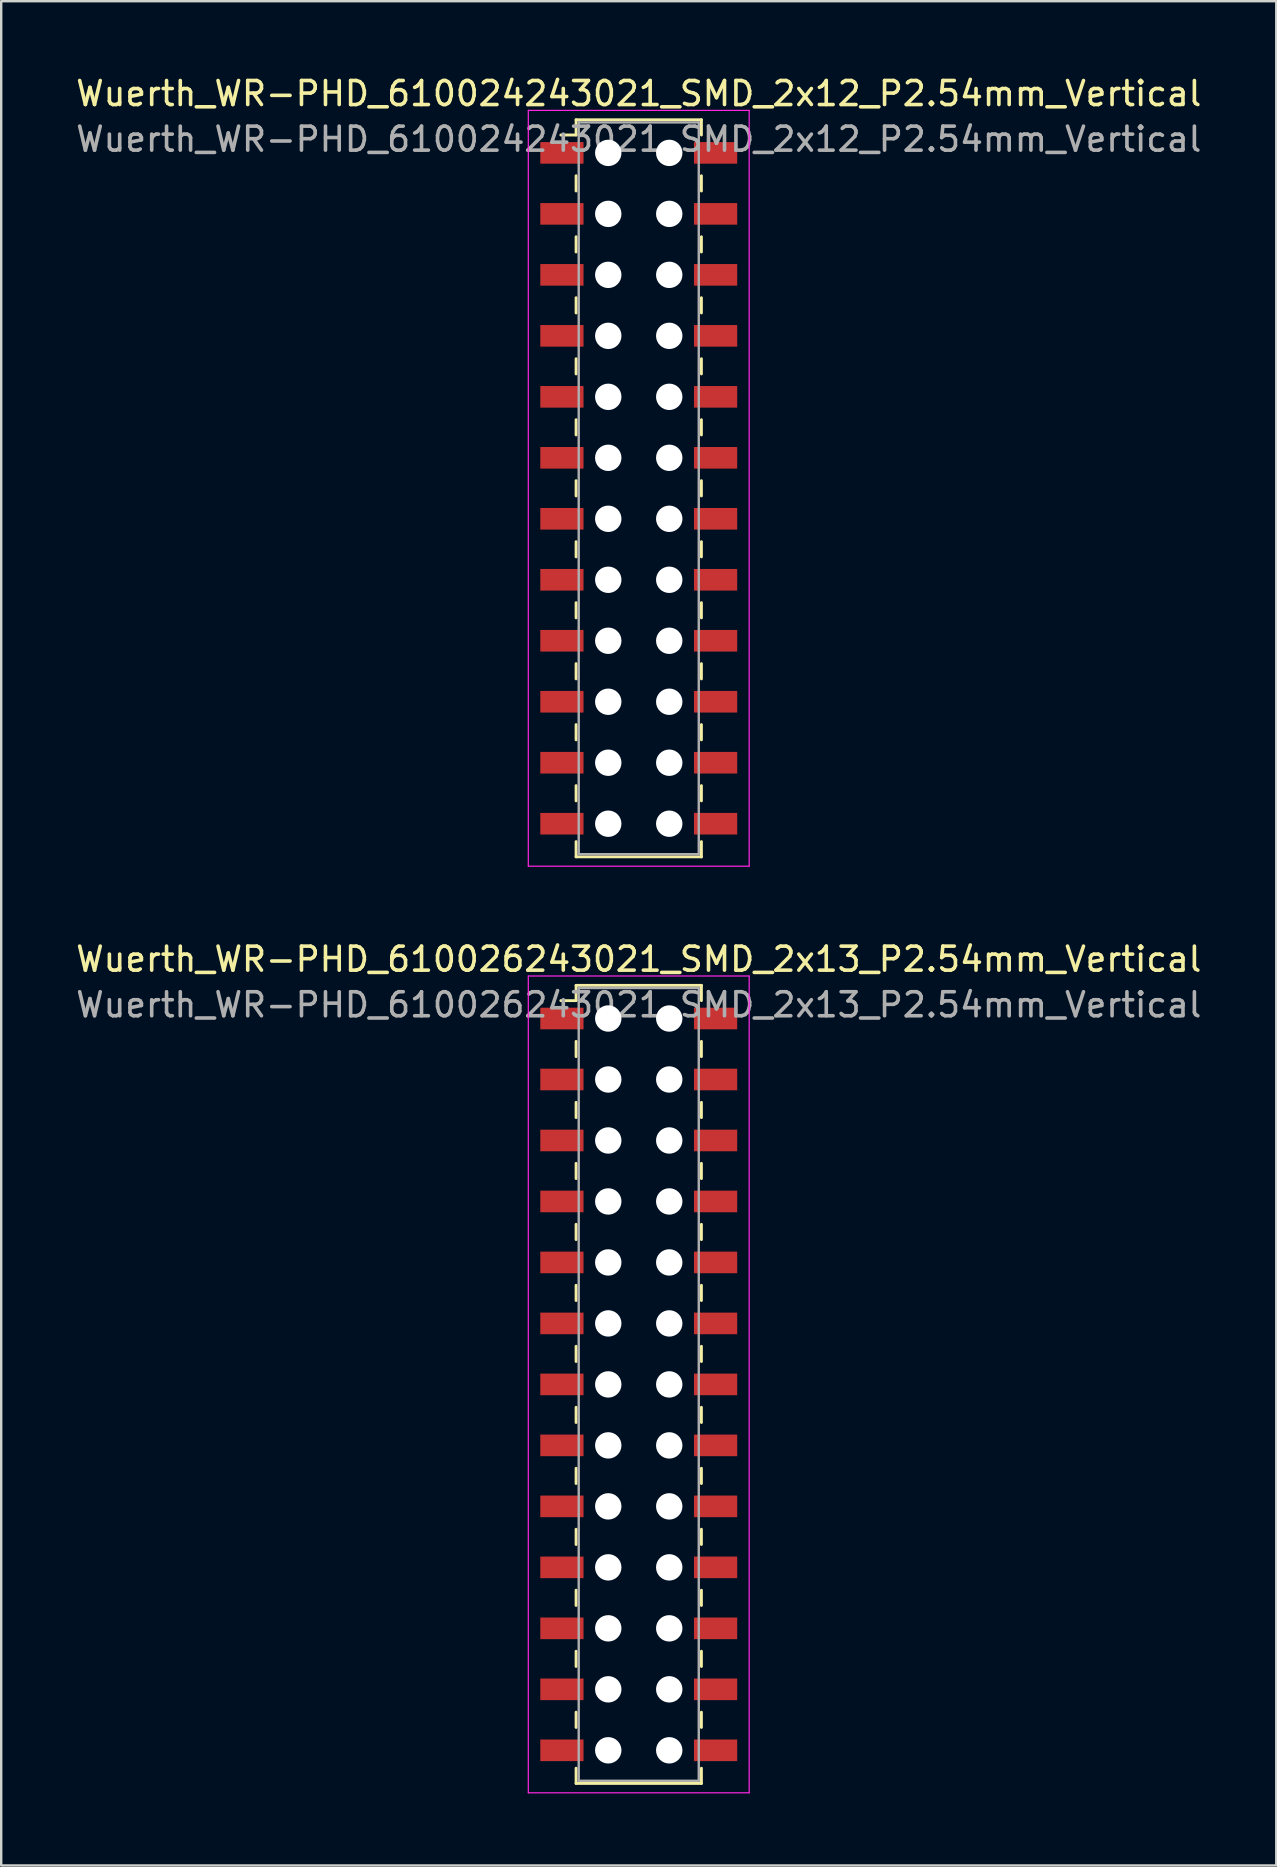
<source format=kicad_pcb>
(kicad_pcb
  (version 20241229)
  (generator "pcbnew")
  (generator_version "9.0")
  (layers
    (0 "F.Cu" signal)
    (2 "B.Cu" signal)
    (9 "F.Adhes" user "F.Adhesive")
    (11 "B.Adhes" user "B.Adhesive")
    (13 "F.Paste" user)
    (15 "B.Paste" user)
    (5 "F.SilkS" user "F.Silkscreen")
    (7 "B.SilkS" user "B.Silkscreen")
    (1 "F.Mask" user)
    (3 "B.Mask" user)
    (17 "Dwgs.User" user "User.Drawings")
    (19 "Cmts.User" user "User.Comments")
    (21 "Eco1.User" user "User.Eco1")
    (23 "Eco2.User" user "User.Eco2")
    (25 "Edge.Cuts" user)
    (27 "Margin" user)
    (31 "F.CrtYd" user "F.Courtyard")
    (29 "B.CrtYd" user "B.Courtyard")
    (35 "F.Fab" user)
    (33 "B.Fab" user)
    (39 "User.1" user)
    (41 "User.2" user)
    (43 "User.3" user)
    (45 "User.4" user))
  (footprint "Wuerth_WR-PHD_610026243021_SMD_2x13_P2.54mm_Vertical"
    (layer "F.Cu")
    (at 23.554 54.611)
    (property "Reference" "Wuerth_WR-PHD_610026243021_SMD_2x13_P2.54mm_Vertical" (at 0 -17.71 0) (layer "F.SilkS") (effects (font (size 1 1) (thickness 0.15))))
    (attr smd)
    (fp_line (start -2.61 -16.62) (end -2.61 -15.985) (stroke (width 0.12) (type solid)) (layer "F.SilkS"))
    (fp_line (start -2.61 -16.62) (end 2.61 -16.62) (stroke (width 0.12) (type solid)) (layer "F.SilkS"))
    (fp_line (start -2.61 -15.985) (end -3.245 -15.985) (stroke (width 0.12) (type solid)) (layer "F.SilkS"))
    (fp_line (start -2.61 -14.287) (end -2.61 -13.652) (stroke (width 0.12) (type solid)) (layer "F.SilkS"))
    (fp_line (start -2.61 -11.748) (end -2.61 -11.113) (stroke (width 0.12) (type solid)) (layer "F.SilkS"))
    (fp_line (start -2.61 -9.207) (end -2.61 -8.572) (stroke (width 0.12) (type solid)) (layer "F.SilkS"))
    (fp_line (start -2.61 -6.668) (end -2.61 -6.032) (stroke (width 0.12) (type solid)) (layer "F.SilkS"))
    (fp_line (start -2.61 -4.128) (end -2.61 -3.493) (stroke (width 0.12) (type solid)) (layer "F.SilkS"))
    (fp_line (start -2.61 -1.587) (end -2.61 -0.953) (stroke (width 0.12) (type solid)) (layer "F.SilkS"))
    (fp_line (start -2.61 0.953) (end -2.61 1.587) (stroke (width 0.12) (type solid)) (layer "F.SilkS"))
    (fp_line (start -2.61 3.493) (end -2.61 4.128) (stroke (width 0.12) (type solid)) (layer "F.SilkS"))
    (fp_line (start -2.61 6.032) (end -2.61 6.668) (stroke (width 0.12) (type solid)) (layer "F.SilkS"))
    (fp_line (start -2.61 8.572) (end -2.61 9.207) (stroke (width 0.12) (type solid)) (layer "F.SilkS"))
    (fp_line (start -2.61 11.113) (end -2.61 11.748) (stroke (width 0.12) (type solid)) (layer "F.SilkS"))
    (fp_line (start -2.61 13.652) (end -2.61 14.287) (stroke (width 0.12) (type solid)) (layer "F.SilkS"))
    (fp_line (start -2.61 16.62) (end -2.61 15.985) (stroke (width 0.12) (type solid)) (layer "F.SilkS"))
    (fp_line (start -2.61 16.62) (end 2.61 16.62) (stroke (width 0.12) (type solid)) (layer "F.SilkS"))
    (fp_line (start 2.61 -16.62) (end 2.61 -15.985) (stroke (width 0.12) (type solid)) (layer "F.SilkS"))
    (fp_line (start 2.61 -14.287) (end 2.61 -13.652) (stroke (width 0.12) (type solid)) (layer "F.SilkS"))
    (fp_line (start 2.61 -11.748) (end 2.61 -11.113) (stroke (width 0.12) (type solid)) (layer "F.SilkS"))
    (fp_line (start 2.61 -9.207) (end 2.61 -8.572) (stroke (width 0.12) (type solid)) (layer "F.SilkS"))
    (fp_line (start 2.61 -6.668) (end 2.61 -6.032) (stroke (width 0.12) (type solid)) (layer "F.SilkS"))
    (fp_line (start 2.61 -4.128) (end 2.61 -3.493) (stroke (width 0.12) (type solid)) (layer "F.SilkS"))
    (fp_line (start 2.61 -1.587) (end 2.61 -0.953) (stroke (width 0.12) (type solid)) (layer "F.SilkS"))
    (fp_line (start 2.61 0.953) (end 2.61 1.587) (stroke (width 0.12) (type solid)) (layer "F.SilkS"))
    (fp_line (start 2.61 3.493) (end 2.61 4.128) (stroke (width 0.12) (type solid)) (layer "F.SilkS"))
    (fp_line (start 2.61 6.032) (end 2.61 6.668) (stroke (width 0.12) (type solid)) (layer "F.SilkS"))
    (fp_line (start 2.61 8.572) (end 2.61 9.207) (stroke (width 0.12) (type solid)) (layer "F.SilkS"))
    (fp_line (start 2.61 11.113) (end 2.61 11.748) (stroke (width 0.12) (type solid)) (layer "F.SilkS"))
    (fp_line (start 2.61 13.652) (end 2.61 14.287) (stroke (width 0.12) (type solid)) (layer "F.SilkS"))
    (fp_line (start 2.61 16.62) (end 2.61 15.985) (stroke (width 0.12) (type solid)) (layer "F.SilkS"))
    (fp_line (start -4.6 -17.01) (end -4.6 17.01) (stroke (width 0.05) (type solid)) (layer "F.CrtYd"))
    (fp_line (start -4.6 17.01) (end 4.6 17.01) (stroke (width 0.05) (type solid)) (layer "F.CrtYd"))
    (fp_line (start 4.6 -17.01) (end -4.6 -17.01) (stroke (width 0.05) (type solid)) (layer "F.CrtYd"))
    (fp_line (start 4.6 17.01) (end 4.6 -17.01) (stroke (width 0.05) (type solid)) (layer "F.CrtYd"))
    (fp_line (start -2.5 -16.51) (end -2.5 16.51) (stroke (width 0.1) (type solid)) (layer "F.Fab"))
    (fp_line (start -2.5 16.51) (end 2.5 16.51) (stroke (width 0.1) (type solid)) (layer "F.Fab"))
    (fp_line (start 2.5 -16.51) (end -2.5 -16.51) (stroke (width 0.1) (type solid)) (layer "F.Fab"))
    (fp_line (start 2.5 16.51) (end 2.5 -16.51) (stroke (width 0.1) (type solid)) (layer "F.Fab"))
    (fp_text user "${REFERENCE}" (at 0 -15.81 0) (layer "F.Fab") (effects (font (size 1 1) (thickness 0.15))))
    (pad "" np_thru_hole circle (at -1.27 -15.24) (size 1.1 1.1) (drill 1.1) (layers "*.Cu" "*.Mask"))
    (pad "" np_thru_hole circle (at -1.27 -12.7) (size 1.1 1.1) (drill 1.1) (layers "*.Cu" "*.Mask"))
    (pad "" np_thru_hole circle (at -1.27 -10.16) (size 1.1 1.1) (drill 1.1) (layers "*.Cu" "*.Mask"))
    (pad "" np_thru_hole circle (at -1.27 -7.62) (size 1.1 1.1) (drill 1.1) (layers "*.Cu" "*.Mask"))
    (pad "" np_thru_hole circle (at -1.27 -5.08) (size 1.1 1.1) (drill 1.1) (layers "*.Cu" "*.Mask"))
    (pad "" np_thru_hole circle (at -1.27 -2.54) (size 1.1 1.1) (drill 1.1) (layers "*.Cu" "*.Mask"))
    (pad "" np_thru_hole circle (at -1.27 0) (size 1.1 1.1) (drill 1.1) (layers "*.Cu" "*.Mask"))
    (pad "" np_thru_hole circle (at -1.27 2.54) (size 1.1 1.1) (drill 1.1) (layers "*.Cu" "*.Mask"))
    (pad "" np_thru_hole circle (at -1.27 5.08) (size 1.1 1.1) (drill 1.1) (layers "*.Cu" "*.Mask"))
    (pad "" np_thru_hole circle (at -1.27 7.62) (size 1.1 1.1) (drill 1.1) (layers "*.Cu" "*.Mask"))
    (pad "" np_thru_hole circle (at -1.27 10.16) (size 1.1 1.1) (drill 1.1) (layers "*.Cu" "*.Mask"))
    (pad "" np_thru_hole circle (at -1.27 12.7) (size 1.1 1.1) (drill 1.1) (layers "*.Cu" "*.Mask"))
    (pad "" np_thru_hole circle (at -1.27 15.24) (size 1.1 1.1) (drill 1.1) (layers "*.Cu" "*.Mask"))
    (pad "" np_thru_hole circle (at 1.27 -15.24) (size 1.1 1.1) (drill 1.1) (layers "*.Cu" "*.Mask"))
    (pad "" np_thru_hole circle (at 1.27 -12.7) (size 1.1 1.1) (drill 1.1) (layers "*.Cu" "*.Mask"))
    (pad "" np_thru_hole circle (at 1.27 -10.16) (size 1.1 1.1) (drill 1.1) (layers "*.Cu" "*.Mask"))
    (pad "" np_thru_hole circle (at 1.27 -7.62) (size 1.1 1.1) (drill 1.1) (layers "*.Cu" "*.Mask"))
    (pad "" np_thru_hole circle (at 1.27 -5.08) (size 1.1 1.1) (drill 1.1) (layers "*.Cu" "*.Mask"))
    (pad "" np_thru_hole circle (at 1.27 -2.54) (size 1.1 1.1) (drill 1.1) (layers "*.Cu" "*.Mask"))
    (pad "" np_thru_hole circle (at 1.27 0) (size 1.1 1.1) (drill 1.1) (layers "*.Cu" "*.Mask"))
    (pad "" np_thru_hole circle (at 1.27 2.54) (size 1.1 1.1) (drill 1.1) (layers "*.Cu" "*.Mask"))
    (pad "" np_thru_hole circle (at 1.27 5.08) (size 1.1 1.1) (drill 1.1) (layers "*.Cu" "*.Mask"))
    (pad "" np_thru_hole circle (at 1.27 7.62) (size 1.1 1.1) (drill 1.1) (layers "*.Cu" "*.Mask"))
    (pad "" np_thru_hole circle (at 1.27 10.16) (size 1.1 1.1) (drill 1.1) (layers "*.Cu" "*.Mask"))
    (pad "" np_thru_hole circle (at 1.27 12.7) (size 1.1 1.1) (drill 1.1) (layers "*.Cu" "*.Mask"))
    (pad "" np_thru_hole circle (at 1.27 15.24) (size 1.1 1.1) (drill 1.1) (layers "*.Cu" "*.Mask"))
    (pad "1" smd rect (at -3.2 -15.24) (size 1.8 0.9) (layers "F.Cu" "F.Mask" "F.Paste"))
    (pad "2" smd rect (at 3.2 -15.24) (size 1.8 0.9) (layers "F.Cu" "F.Mask" "F.Paste"))
    (pad "3" smd rect (at -3.2 -12.7) (size 1.8 0.9) (layers "F.Cu" "F.Mask" "F.Paste"))
    (pad "4" smd rect (at 3.2 -12.7) (size 1.8 0.9) (layers "F.Cu" "F.Mask" "F.Paste"))
    (pad "5" smd rect (at -3.2 -10.16) (size 1.8 0.9) (layers "F.Cu" "F.Mask" "F.Paste"))
    (pad "6" smd rect (at 3.2 -10.16) (size 1.8 0.9) (layers "F.Cu" "F.Mask" "F.Paste"))
    (pad "7" smd rect (at -3.2 -7.62) (size 1.8 0.9) (layers "F.Cu" "F.Mask" "F.Paste"))
    (pad "8" smd rect (at 3.2 -7.62) (size 1.8 0.9) (layers "F.Cu" "F.Mask" "F.Paste"))
    (pad "9" smd rect (at -3.2 -5.08) (size 1.8 0.9) (layers "F.Cu" "F.Mask" "F.Paste"))
    (pad "10" smd rect (at 3.2 -5.08) (size 1.8 0.9) (layers "F.Cu" "F.Mask" "F.Paste"))
    (pad "11" smd rect (at -3.2 -2.54) (size 1.8 0.9) (layers "F.Cu" "F.Mask" "F.Paste"))
    (pad "12" smd rect (at 3.2 -2.54) (size 1.8 0.9) (layers "F.Cu" "F.Mask" "F.Paste"))
    (pad "13" smd rect (at -3.2 0) (size 1.8 0.9) (layers "F.Cu" "F.Mask" "F.Paste"))
    (pad "14" smd rect (at 3.2 0) (size 1.8 0.9) (layers "F.Cu" "F.Mask" "F.Paste"))
    (pad "15" smd rect (at -3.2 2.54) (size 1.8 0.9) (layers "F.Cu" "F.Mask" "F.Paste"))
    (pad "16" smd rect (at 3.2 2.54) (size 1.8 0.9) (layers "F.Cu" "F.Mask" "F.Paste"))
    (pad "17" smd rect (at -3.2 5.08) (size 1.8 0.9) (layers "F.Cu" "F.Mask" "F.Paste"))
    (pad "18" smd rect (at 3.2 5.08) (size 1.8 0.9) (layers "F.Cu" "F.Mask" "F.Paste"))
    (pad "19" smd rect (at -3.2 7.62) (size 1.8 0.9) (layers "F.Cu" "F.Mask" "F.Paste"))
    (pad "20" smd rect (at 3.2 7.62) (size 1.8 0.9) (layers "F.Cu" "F.Mask" "F.Paste"))
    (pad "21" smd rect (at -3.2 10.16) (size 1.8 0.9) (layers "F.Cu" "F.Mask" "F.Paste"))
    (pad "22" smd rect (at 3.2 10.16) (size 1.8 0.9) (layers "F.Cu" "F.Mask" "F.Paste"))
    (pad "23" smd rect (at -3.2 12.7) (size 1.8 0.9) (layers "F.Cu" "F.Mask" "F.Paste"))
    (pad "24" smd rect (at 3.2 12.7) (size 1.8 0.9) (layers "F.Cu" "F.Mask" "F.Paste"))
    (pad "25" smd rect (at -3.2 15.24) (size 1.8 0.9) (layers "F.Cu" "F.Mask" "F.Paste"))
    (pad "26" smd rect (at 3.2 15.24) (size 1.8 0.9) (layers "F.Cu" "F.Mask" "F.Paste")))
  (footprint "Wuerth_WR-PHD_610024243021_SMD_2x12_P2.54mm_Vertical"
    (layer "F.Cu")
    (at 23.554 17.288)
    (property "Reference" "Wuerth_WR-PHD_610024243021_SMD_2x12_P2.54mm_Vertical" (at 0 -16.44 0) (layer "F.SilkS") (effects (font (size 1 1) (thickness 0.15))))
    (attr smd)
    (fp_line (start -2.61 -15.35) (end -2.61 -14.715) (stroke (width 0.12) (type solid)) (layer "F.SilkS"))
    (fp_line (start -2.61 -15.35) (end 2.61 -15.35) (stroke (width 0.12) (type solid)) (layer "F.SilkS"))
    (fp_line (start -2.61 -14.715) (end -3.245 -14.715) (stroke (width 0.12) (type solid)) (layer "F.SilkS"))
    (fp_line (start -2.61 -13.018) (end -2.61 -12.383) (stroke (width 0.12) (type solid)) (layer "F.SilkS"))
    (fp_line (start -2.61 -10.477) (end -2.61 -9.842) (stroke (width 0.12) (type solid)) (layer "F.SilkS"))
    (fp_line (start -2.61 -7.938) (end -2.61 -7.303) (stroke (width 0.12) (type solid)) (layer "F.SilkS"))
    (fp_line (start -2.61 -5.397) (end -2.61 -4.763) (stroke (width 0.12) (type solid)) (layer "F.SilkS"))
    (fp_line (start -2.61 -2.857) (end -2.61 -2.223) (stroke (width 0.12) (type solid)) (layer "F.SilkS"))
    (fp_line (start -2.61 -0.318) (end -2.61 0.318) (stroke (width 0.12) (type solid)) (layer "F.SilkS"))
    (fp_line (start -2.61 2.223) (end -2.61 2.857) (stroke (width 0.12) (type solid)) (layer "F.SilkS"))
    (fp_line (start -2.61 4.763) (end -2.61 5.397) (stroke (width 0.12) (type solid)) (layer "F.SilkS"))
    (fp_line (start -2.61 7.303) (end -2.61 7.938) (stroke (width 0.12) (type solid)) (layer "F.SilkS"))
    (fp_line (start -2.61 9.842) (end -2.61 10.477) (stroke (width 0.12) (type solid)) (layer "F.SilkS"))
    (fp_line (start -2.61 12.383) (end -2.61 13.018) (stroke (width 0.12) (type solid)) (layer "F.SilkS"))
    (fp_line (start -2.61 15.35) (end -2.61 14.715) (stroke (width 0.12) (type solid)) (layer "F.SilkS"))
    (fp_line (start -2.61 15.35) (end 2.61 15.35) (stroke (width 0.12) (type solid)) (layer "F.SilkS"))
    (fp_line (start 2.61 -15.35) (end 2.61 -14.715) (stroke (width 0.12) (type solid)) (layer "F.SilkS"))
    (fp_line (start 2.61 -13.018) (end 2.61 -12.383) (stroke (width 0.12) (type solid)) (layer "F.SilkS"))
    (fp_line (start 2.61 -10.477) (end 2.61 -9.842) (stroke (width 0.12) (type solid)) (layer "F.SilkS"))
    (fp_line (start 2.61 -7.938) (end 2.61 -7.303) (stroke (width 0.12) (type solid)) (layer "F.SilkS"))
    (fp_line (start 2.61 -5.397) (end 2.61 -4.763) (stroke (width 0.12) (type solid)) (layer "F.SilkS"))
    (fp_line (start 2.61 -2.857) (end 2.61 -2.223) (stroke (width 0.12) (type solid)) (layer "F.SilkS"))
    (fp_line (start 2.61 -0.318) (end 2.61 0.318) (stroke (width 0.12) (type solid)) (layer "F.SilkS"))
    (fp_line (start 2.61 2.223) (end 2.61 2.857) (stroke (width 0.12) (type solid)) (layer "F.SilkS"))
    (fp_line (start 2.61 4.763) (end 2.61 5.397) (stroke (width 0.12) (type solid)) (layer "F.SilkS"))
    (fp_line (start 2.61 7.303) (end 2.61 7.938) (stroke (width 0.12) (type solid)) (layer "F.SilkS"))
    (fp_line (start 2.61 9.842) (end 2.61 10.477) (stroke (width 0.12) (type solid)) (layer "F.SilkS"))
    (fp_line (start 2.61 12.383) (end 2.61 13.018) (stroke (width 0.12) (type solid)) (layer "F.SilkS"))
    (fp_line (start 2.61 15.35) (end 2.61 14.715) (stroke (width 0.12) (type solid)) (layer "F.SilkS"))
    (fp_line (start -4.6 -15.74) (end -4.6 15.74) (stroke (width 0.05) (type solid)) (layer "F.CrtYd"))
    (fp_line (start -4.6 15.74) (end 4.6 15.74) (stroke (width 0.05) (type solid)) (layer "F.CrtYd"))
    (fp_line (start 4.6 -15.74) (end -4.6 -15.74) (stroke (width 0.05) (type solid)) (layer "F.CrtYd"))
    (fp_line (start 4.6 15.74) (end 4.6 -15.74) (stroke (width 0.05) (type solid)) (layer "F.CrtYd"))
    (fp_line (start -2.5 -15.24) (end -2.5 15.24) (stroke (width 0.1) (type solid)) (layer "F.Fab"))
    (fp_line (start -2.5 15.24) (end 2.5 15.24) (stroke (width 0.1) (type solid)) (layer "F.Fab"))
    (fp_line (start 2.5 -15.24) (end -2.5 -15.24) (stroke (width 0.1) (type solid)) (layer "F.Fab"))
    (fp_line (start 2.5 15.24) (end 2.5 -15.24) (stroke (width 0.1) (type solid)) (layer "F.Fab"))
    (fp_text user "${REFERENCE}" (at 0 -14.54 0) (layer "F.Fab") (effects (font (size 1 1) (thickness 0.15))))
    (pad "" np_thru_hole circle (at -1.27 -13.97) (size 1.1 1.1) (drill 1.1) (layers "*.Cu" "*.Mask"))
    (pad "" np_thru_hole circle (at -1.27 -11.43) (size 1.1 1.1) (drill 1.1) (layers "*.Cu" "*.Mask"))
    (pad "" np_thru_hole circle (at -1.27 -8.89) (size 1.1 1.1) (drill 1.1) (layers "*.Cu" "*.Mask"))
    (pad "" np_thru_hole circle (at -1.27 -6.35) (size 1.1 1.1) (drill 1.1) (layers "*.Cu" "*.Mask"))
    (pad "" np_thru_hole circle (at -1.27 -3.81) (size 1.1 1.1) (drill 1.1) (layers "*.Cu" "*.Mask"))
    (pad "" np_thru_hole circle (at -1.27 -1.27) (size 1.1 1.1) (drill 1.1) (layers "*.Cu" "*.Mask"))
    (pad "" np_thru_hole circle (at -1.27 1.27) (size 1.1 1.1) (drill 1.1) (layers "*.Cu" "*.Mask"))
    (pad "" np_thru_hole circle (at -1.27 3.81) (size 1.1 1.1) (drill 1.1) (layers "*.Cu" "*.Mask"))
    (pad "" np_thru_hole circle (at -1.27 6.35) (size 1.1 1.1) (drill 1.1) (layers "*.Cu" "*.Mask"))
    (pad "" np_thru_hole circle (at -1.27 8.89) (size 1.1 1.1) (drill 1.1) (layers "*.Cu" "*.Mask"))
    (pad "" np_thru_hole circle (at -1.27 11.43) (size 1.1 1.1) (drill 1.1) (layers "*.Cu" "*.Mask"))
    (pad "" np_thru_hole circle (at -1.27 13.97) (size 1.1 1.1) (drill 1.1) (layers "*.Cu" "*.Mask"))
    (pad "" np_thru_hole circle (at 1.27 -13.97) (size 1.1 1.1) (drill 1.1) (layers "*.Cu" "*.Mask"))
    (pad "" np_thru_hole circle (at 1.27 -11.43) (size 1.1 1.1) (drill 1.1) (layers "*.Cu" "*.Mask"))
    (pad "" np_thru_hole circle (at 1.27 -8.89) (size 1.1 1.1) (drill 1.1) (layers "*.Cu" "*.Mask"))
    (pad "" np_thru_hole circle (at 1.27 -6.35) (size 1.1 1.1) (drill 1.1) (layers "*.Cu" "*.Mask"))
    (pad "" np_thru_hole circle (at 1.27 -3.81) (size 1.1 1.1) (drill 1.1) (layers "*.Cu" "*.Mask"))
    (pad "" np_thru_hole circle (at 1.27 -1.27) (size 1.1 1.1) (drill 1.1) (layers "*.Cu" "*.Mask"))
    (pad "" np_thru_hole circle (at 1.27 1.27) (size 1.1 1.1) (drill 1.1) (layers "*.Cu" "*.Mask"))
    (pad "" np_thru_hole circle (at 1.27 3.81) (size 1.1 1.1) (drill 1.1) (layers "*.Cu" "*.Mask"))
    (pad "" np_thru_hole circle (at 1.27 6.35) (size 1.1 1.1) (drill 1.1) (layers "*.Cu" "*.Mask"))
    (pad "" np_thru_hole circle (at 1.27 8.89) (size 1.1 1.1) (drill 1.1) (layers "*.Cu" "*.Mask"))
    (pad "" np_thru_hole circle (at 1.27 11.43) (size 1.1 1.1) (drill 1.1) (layers "*.Cu" "*.Mask"))
    (pad "" np_thru_hole circle (at 1.27 13.97) (size 1.1 1.1) (drill 1.1) (layers "*.Cu" "*.Mask"))
    (pad "1" smd rect (at -3.2 -13.97) (size 1.8 0.9) (layers "F.Cu" "F.Mask" "F.Paste"))
    (pad "2" smd rect (at 3.2 -13.97) (size 1.8 0.9) (layers "F.Cu" "F.Mask" "F.Paste"))
    (pad "3" smd rect (at -3.2 -11.43) (size 1.8 0.9) (layers "F.Cu" "F.Mask" "F.Paste"))
    (pad "4" smd rect (at 3.2 -11.43) (size 1.8 0.9) (layers "F.Cu" "F.Mask" "F.Paste"))
    (pad "5" smd rect (at -3.2 -8.89) (size 1.8 0.9) (layers "F.Cu" "F.Mask" "F.Paste"))
    (pad "6" smd rect (at 3.2 -8.89) (size 1.8 0.9) (layers "F.Cu" "F.Mask" "F.Paste"))
    (pad "7" smd rect (at -3.2 -6.35) (size 1.8 0.9) (layers "F.Cu" "F.Mask" "F.Paste"))
    (pad "8" smd rect (at 3.2 -6.35) (size 1.8 0.9) (layers "F.Cu" "F.Mask" "F.Paste"))
    (pad "9" smd rect (at -3.2 -3.81) (size 1.8 0.9) (layers "F.Cu" "F.Mask" "F.Paste"))
    (pad "10" smd rect (at 3.2 -3.81) (size 1.8 0.9) (layers "F.Cu" "F.Mask" "F.Paste"))
    (pad "11" smd rect (at -3.2 -1.27) (size 1.8 0.9) (layers "F.Cu" "F.Mask" "F.Paste"))
    (pad "12" smd rect (at 3.2 -1.27) (size 1.8 0.9) (layers "F.Cu" "F.Mask" "F.Paste"))
    (pad "13" smd rect (at -3.2 1.27) (size 1.8 0.9) (layers "F.Cu" "F.Mask" "F.Paste"))
    (pad "14" smd rect (at 3.2 1.27) (size 1.8 0.9) (layers "F.Cu" "F.Mask" "F.Paste"))
    (pad "15" smd rect (at -3.2 3.81) (size 1.8 0.9) (layers "F.Cu" "F.Mask" "F.Paste"))
    (pad "16" smd rect (at 3.2 3.81) (size 1.8 0.9) (layers "F.Cu" "F.Mask" "F.Paste"))
    (pad "17" smd rect (at -3.2 6.35) (size 1.8 0.9) (layers "F.Cu" "F.Mask" "F.Paste"))
    (pad "18" smd rect (at 3.2 6.35) (size 1.8 0.9) (layers "F.Cu" "F.Mask" "F.Paste"))
    (pad "19" smd rect (at -3.2 8.89) (size 1.8 0.9) (layers "F.Cu" "F.Mask" "F.Paste"))
    (pad "20" smd rect (at 3.2 8.89) (size 1.8 0.9) (layers "F.Cu" "F.Mask" "F.Paste"))
    (pad "21" smd rect (at -3.2 11.43) (size 1.8 0.9) (layers "F.Cu" "F.Mask" "F.Paste"))
    (pad "22" smd rect (at 3.2 11.43) (size 1.8 0.9) (layers "F.Cu" "F.Mask" "F.Paste"))
    (pad "23" smd rect (at -3.2 13.97) (size 1.8 0.9) (layers "F.Cu" "F.Mask" "F.Paste"))
    (pad "24" smd rect (at 3.2 13.97) (size 1.8 0.9) (layers "F.Cu" "F.Mask" "F.Paste")))
  (gr_rect
    (start -3 -3)
    (end 50.107 74.647)
    (stroke (width 0.1) (type default))
    (fill no)
    (layer "Edge.Cuts")))
</source>
